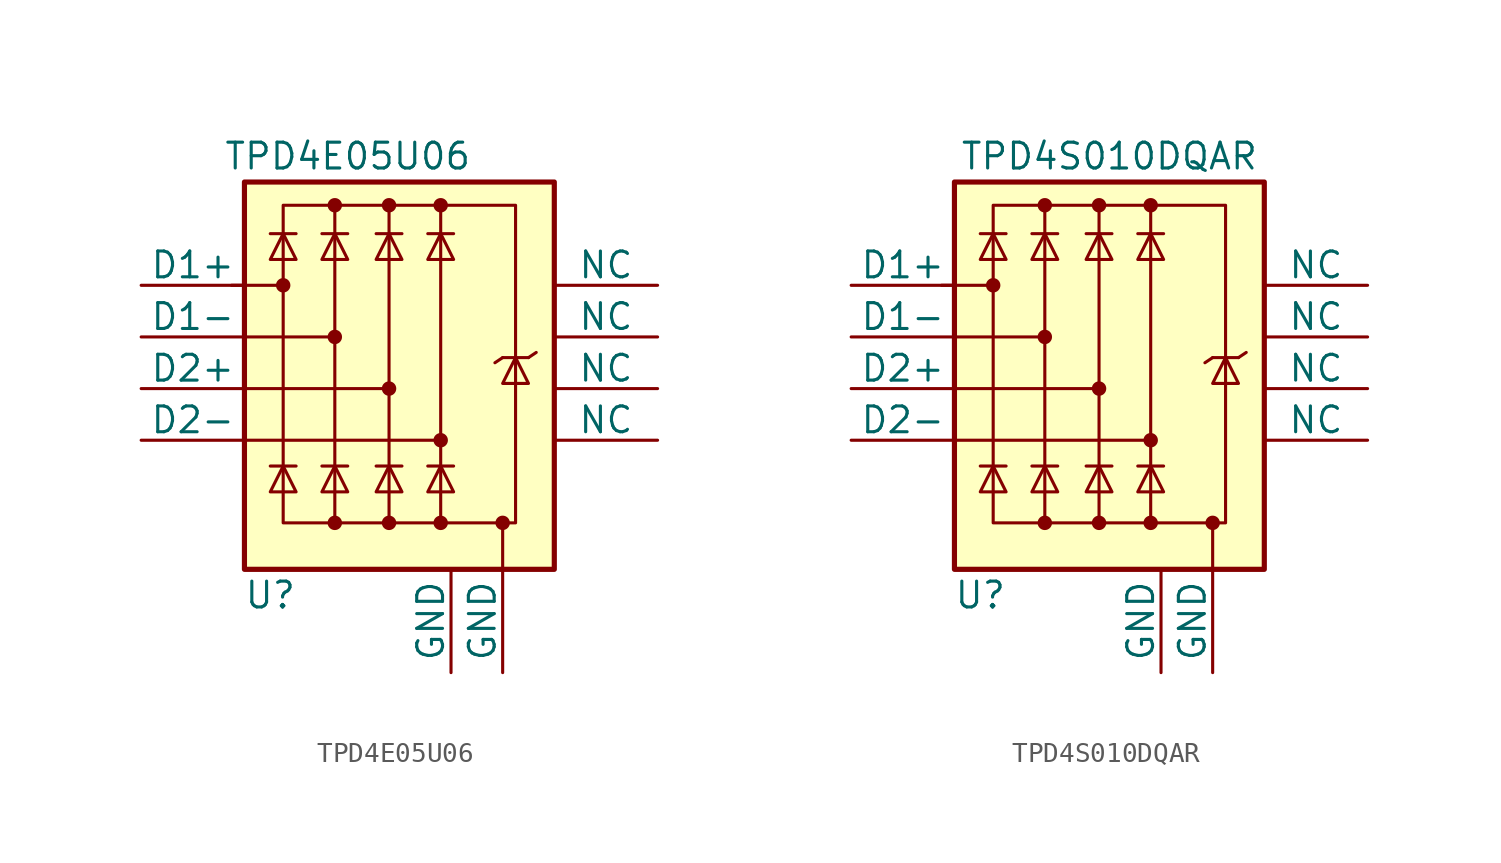
<source format=kicad_sym>
(kicad_symbol_lib
  (version 20211014)
  (generator kicad_symbol_editor)
  (symbol "TPD4E05U06"
    (pin_numbers hide)
    (pin_names
      (offset 0))
    (property "Reference" "U"
      (at -6.35 -12.7 0)
      (effects (font (size 1.27 1.27))))
    (property "Value" "TPD4E05U06"
      (at -2.54 8.89 0)
      (effects (font (size 1.27 1.27))))
    (symbol "TPD4E05U06_0_0"
      (rectangle (start -5.715 6.477) (end 5.715 -9.144) (stroke (width 0) (type default) (color 0 0 0 0)) (fill (type none)))
      (polyline (pts (xy -3.175 -9.144) (xy -3.175 6.477)) (stroke (width 0) (type default) (color 0 0 0 0)) (fill (type none)))
      (polyline (pts (xy -0.508 6.477) (xy -0.508 -9.144)) (stroke (width 0) (type default) (color 0 0 0 0)) (fill (type none)))
      (polyline (pts (xy 2.032 6.477) (xy 2.032 -9.144)) (stroke (width 0) (type default) (color 0 0 0 0)) (fill (type none))))
    (symbol "TPD4E05U06_0_1"
      (rectangle (start -7.62 7.62) (end 7.62 -11.43) (stroke (width 0.254) (type default) (color 0 0 0 0)) (fill (type background)))
      (circle (center -5.715 2.54) (radius 0.279) (stroke (width 0) (type default) (color 0 0 0 0)) (fill (type outline)))
      (circle (center -3.175 -9.144) (radius 0.279) (stroke (width 0) (type default) (color 0 0 0 0)) (fill (type outline)))
      (circle (center -3.175 0) (radius 0.279) (stroke (width 0) (type default) (color 0 0 0 0)) (fill (type outline)))
      (circle (center -3.175 6.477) (radius 0.279) (stroke (width 0) (type default) (color 0 0 0 0)) (fill (type outline)))
      (circle (center -0.508 -9.144) (radius 0.279) (stroke (width 0) (type default) (color 0 0 0 0)) (fill (type outline)))
      (circle (center -0.508 -2.54) (radius 0.279) (stroke (width 0) (type default) (color 0 0 0 0)) (fill (type outline)))
      (circle (center -0.508 6.477) (radius 0.279) (stroke (width 0) (type default) (color 0 0 0 0)) (fill (type outline)))
      (polyline (pts (xy -8.255 2.54) (xy -5.715 2.54)) (stroke (width 0) (type default) (color 0 0 0 0)) (fill (type none)))
      (polyline (pts (xy -7.62 -2.54) (xy -0.508 -2.54)) (stroke (width 0) (type default) (color 0 0 0 0)) (fill (type none)))
      (polyline (pts (xy -7.62 0) (xy -3.175 0)) (stroke (width 0) (type default) (color 0 0 0 0)) (fill (type none)))
      (polyline (pts (xy -5.08 -6.35) (xy -6.35 -6.35)) (stroke (width 0) (type default) (color 0 0 0 0)) (fill (type none)))
      (polyline (pts (xy -5.08 5.08) (xy -6.35 5.08)) (stroke (width 0) (type default) (color 0 0 0 0)) (fill (type none)))
      (polyline (pts (xy -2.54 -6.35) (xy -3.81 -6.35)) (stroke (width 0) (type default) (color 0 0 0 0)) (fill (type none)))
      (polyline (pts (xy -2.54 5.08) (xy -3.81 5.08)) (stroke (width 0) (type default) (color 0 0 0 0)) (fill (type none)))
      (polyline (pts (xy 0.127 -6.35) (xy -1.143 -6.35)) (stroke (width 0) (type default) (color 0 0 0 0)) (fill (type none)))
      (polyline (pts (xy 0.127 5.08) (xy -1.143 5.08)) (stroke (width 0) (type default) (color 0 0 0 0)) (fill (type none)))
      (polyline (pts (xy 2.032 -5.08) (xy -7.62 -5.08)) (stroke (width 0) (type default) (color 0 0 0 0)) (fill (type none)))
      (polyline (pts (xy 2.667 -6.35) (xy 1.397 -6.35)) (stroke (width 0) (type default) (color 0 0 0 0)) (fill (type none)))
      (polyline (pts (xy 2.667 5.08) (xy 1.397 5.08)) (stroke (width 0) (type default) (color 0 0 0 0)) (fill (type none)))
      (polyline (pts (xy 5.08 -9.144) (xy 5.08 -11.43)) (stroke (width 0) (type default) (color 0 0 0 0)) (fill (type none)))
      (polyline (pts (xy 5.08 -1.016) (xy 4.699 -1.27)) (stroke (width 0) (type default) (color 0 0 0 0)) (fill (type none)))
      (polyline (pts (xy 6.35 -1.016) (xy 5.08 -1.016)) (stroke (width 0) (type default) (color 0 0 0 0)) (fill (type none)))
      (polyline (pts (xy 6.35 -1.016) (xy 6.731 -0.762)) (stroke (width 0) (type default) (color 0 0 0 0)) (fill (type none)))
      (polyline (pts (xy -5.08 -7.62) (xy -6.35 -7.62) (xy -5.715 -6.35) (xy -5.08 -7.62)) (stroke (width 0) (type default) (color 0 0 0 0)) (fill (type none)))
      (polyline (pts (xy -5.08 3.81) (xy -6.35 3.81) (xy -5.715 5.08) (xy -5.08 3.81)) (stroke (width 0) (type default) (color 0 0 0 0)) (fill (type none)))
      (polyline (pts (xy -2.54 -7.62) (xy -3.81 -7.62) (xy -3.175 -6.35) (xy -2.54 -7.62)) (stroke (width 0) (type default) (color 0 0 0 0)) (fill (type none)))
      (polyline (pts (xy -2.54 3.81) (xy -3.81 3.81) (xy -3.175 5.08) (xy -2.54 3.81)) (stroke (width 0) (type default) (color 0 0 0 0)) (fill (type none)))
      (polyline (pts (xy 0.127 -7.62) (xy -1.143 -7.62) (xy -0.508 -6.35) (xy 0.127 -7.62)) (stroke (width 0) (type default) (color 0 0 0 0)) (fill (type none)))
      (polyline (pts (xy 0.127 3.81) (xy -1.143 3.81) (xy -0.508 5.08) (xy 0.127 3.81)) (stroke (width 0) (type default) (color 0 0 0 0)) (fill (type none)))
      (polyline (pts (xy 2.667 -7.62) (xy 1.397 -7.62) (xy 2.032 -6.35) (xy 2.667 -7.62)) (stroke (width 0) (type default) (color 0 0 0 0)) (fill (type none)))
      (polyline (pts (xy 2.667 3.81) (xy 1.397 3.81) (xy 2.032 5.08) (xy 2.667 3.81)) (stroke (width 0) (type default) (color 0 0 0 0)) (fill (type none)))
      (polyline (pts (xy 6.35 -2.286) (xy 5.08 -2.286) (xy 5.715 -1.016) (xy 6.35 -2.286)) (stroke (width 0) (type default) (color 0 0 0 0)) (fill (type none)))
      (circle (center 2.032 -9.144) (radius 0.279) (stroke (width 0) (type default) (color 0 0 0 0)) (fill (type outline)))
      (circle (center 2.032 -5.08) (radius 0.279) (stroke (width 0) (type default) (color 0 0 0 0)) (fill (type outline)))
      (circle (center 2.032 6.477) (radius 0.279) (stroke (width 0) (type default) (color 0 0 0 0)) (fill (type outline)))
      (circle (center 5.08 -9.144) (radius 0.279) (stroke (width 0) (type default) (color 0 0 0 0)) (fill (type outline))))
    (symbol "TPD4E05U06_1_1"
      (pin passive line (at -12.7 2.54 0) (length 5.08) (name "D1+" (effects (font (size 1.27 1.27)))) (number "1" (effects (font (size 1.27 1.27)))))
      (pin free line (at 12.7 2.54 180) (length 5.08) (name "NC" (effects (font (size 1.27 1.27)))) (number "10" (effects (font (size 1.27 1.27)))))
      (pin passive line (at -12.7 0 0) (length 5.08) (name "D1-" (effects (font (size 1.27 1.27)))) (number "2" (effects (font (size 1.27 1.27)))))
      (pin power_in line (at 5.08 -16.51 90) (length 5.08) (name "GND" (effects (font (size 1.27 1.27)))) (number "3" (effects (font (size 1.27 1.27)))))
      (pin passive line (at -12.7 -2.54 0) (length 5.08) (name "D2+" (effects (font (size 1.27 1.27)))) (number "4" (effects (font (size 1.27 1.27)))))
      (pin passive line (at -12.7 -5.08 0) (length 5.08) (name "D2-" (effects (font (size 1.27 1.27)))) (number "5" (effects (font (size 1.27 1.27)))))
      (pin free line (at 12.7 -5.08 180) (length 5.08) (name "NC" (effects (font (size 1.27 1.27)))) (number "6" (effects (font (size 1.27 1.27)))))
      (pin free line (at 12.7 -2.54 180) (length 5.08) (name "NC" (effects (font (size 1.27 1.27)))) (number "7" (effects (font (size 1.27 1.27)))))
      (pin power_in line (at 2.54 -16.51 90) (length 5.08) (name "GND" (effects (font (size 1.27 1.27)))) (number "8" (effects (font (size 1.27 1.27)))))
      (pin free line (at 12.7 0 180) (length 5.08) (name "NC" (effects (font (size 1.27 1.27)))) (number "9" (effects (font (size 1.27 1.27)))))))
  (symbol "TPD4S010DQAR"
    (pin_numbers hide)
    (pin_names
      (offset 0))
    (property "Reference" "U"
      (at -6.35 -10.16 0)
      (effects (font (size 1.27 1.27))))
    (property "Value" "TPD4S010DQAR"
      (at 0 11.43 0)
      (effects (font (size 1.27 1.27))))
    (symbol "TPD4S010DQAR_0_0"
      (rectangle (start -5.715 9.017) (end 5.715 -6.604) (stroke (width 0) (type default) (color 0 0 0 0)) (fill (type none)))
      (polyline (pts (xy -3.175 -6.604) (xy -3.175 9.017)) (stroke (width 0) (type default) (color 0 0 0 0)) (fill (type none)))
      (polyline (pts (xy -0.508 9.017) (xy -0.508 -6.604)) (stroke (width 0) (type default) (color 0 0 0 0)) (fill (type none)))
      (polyline (pts (xy 2.032 9.017) (xy 2.032 -6.604)) (stroke (width 0) (type default) (color 0 0 0 0)) (fill (type none))))
    (symbol "TPD4S010DQAR_0_1"
      (rectangle (start -7.62 10.16) (end 7.62 -8.89) (stroke (width 0.254) (type default) (color 0 0 0 0)) (fill (type background)))
      (circle (center -5.715 5.08) (radius 0.279) (stroke (width 0) (type default) (color 0 0 0 0)) (fill (type outline)))
      (circle (center -3.175 -6.604) (radius 0.279) (stroke (width 0) (type default) (color 0 0 0 0)) (fill (type outline)))
      (circle (center -3.175 2.54) (radius 0.279) (stroke (width 0) (type default) (color 0 0 0 0)) (fill (type outline)))
      (circle (center -3.175 9.017) (radius 0.279) (stroke (width 0) (type default) (color 0 0 0 0)) (fill (type outline)))
      (circle (center -0.508 -6.604) (radius 0.279) (stroke (width 0) (type default) (color 0 0 0 0)) (fill (type outline)))
      (circle (center -0.508 0) (radius 0.279) (stroke (width 0) (type default) (color 0 0 0 0)) (fill (type outline)))
      (circle (center -0.508 9.017) (radius 0.279) (stroke (width 0) (type default) (color 0 0 0 0)) (fill (type outline)))
      (polyline (pts (xy -8.255 5.08) (xy -5.715 5.08)) (stroke (width 0) (type default) (color 0 0 0 0)) (fill (type none)))
      (polyline (pts (xy -7.62 0) (xy -0.508 0)) (stroke (width 0) (type default) (color 0 0 0 0)) (fill (type none)))
      (polyline (pts (xy -7.62 2.54) (xy -3.175 2.54)) (stroke (width 0) (type default) (color 0 0 0 0)) (fill (type none)))
      (polyline (pts (xy -5.08 -3.81) (xy -6.35 -3.81)) (stroke (width 0) (type default) (color 0 0 0 0)) (fill (type none)))
      (polyline (pts (xy -5.08 7.62) (xy -6.35 7.62)) (stroke (width 0) (type default) (color 0 0 0 0)) (fill (type none)))
      (polyline (pts (xy -2.54 -3.81) (xy -3.81 -3.81)) (stroke (width 0) (type default) (color 0 0 0 0)) (fill (type none)))
      (polyline (pts (xy -2.54 7.62) (xy -3.81 7.62)) (stroke (width 0) (type default) (color 0 0 0 0)) (fill (type none)))
      (polyline (pts (xy 0.127 -3.81) (xy -1.143 -3.81)) (stroke (width 0) (type default) (color 0 0 0 0)) (fill (type none)))
      (polyline (pts (xy 0.127 7.62) (xy -1.143 7.62)) (stroke (width 0) (type default) (color 0 0 0 0)) (fill (type none)))
      (polyline (pts (xy 2.032 -2.54) (xy -7.62 -2.54)) (stroke (width 0) (type default) (color 0 0 0 0)) (fill (type none)))
      (polyline (pts (xy 2.667 -3.81) (xy 1.397 -3.81)) (stroke (width 0) (type default) (color 0 0 0 0)) (fill (type none)))
      (polyline (pts (xy 2.667 7.62) (xy 1.397 7.62)) (stroke (width 0) (type default) (color 0 0 0 0)) (fill (type none)))
      (polyline (pts (xy 5.08 -6.604) (xy 5.08 -8.89)) (stroke (width 0) (type default) (color 0 0 0 0)) (fill (type none)))
      (polyline (pts (xy 5.08 1.524) (xy 4.699 1.27)) (stroke (width 0) (type default) (color 0 0 0 0)) (fill (type none)))
      (polyline (pts (xy 6.35 1.524) (xy 5.08 1.524)) (stroke (width 0) (type default) (color 0 0 0 0)) (fill (type none)))
      (polyline (pts (xy 6.35 1.524) (xy 6.731 1.778)) (stroke (width 0) (type default) (color 0 0 0 0)) (fill (type none)))
      (polyline (pts (xy -5.08 -5.08) (xy -6.35 -5.08) (xy -5.715 -3.81) (xy -5.08 -5.08)) (stroke (width 0) (type default) (color 0 0 0 0)) (fill (type none)))
      (polyline (pts (xy -5.08 6.35) (xy -6.35 6.35) (xy -5.715 7.62) (xy -5.08 6.35)) (stroke (width 0) (type default) (color 0 0 0 0)) (fill (type none)))
      (polyline (pts (xy -2.54 -5.08) (xy -3.81 -5.08) (xy -3.175 -3.81) (xy -2.54 -5.08)) (stroke (width 0) (type default) (color 0 0 0 0)) (fill (type none)))
      (polyline (pts (xy -2.54 6.35) (xy -3.81 6.35) (xy -3.175 7.62) (xy -2.54 6.35)) (stroke (width 0) (type default) (color 0 0 0 0)) (fill (type none)))
      (polyline (pts (xy 0.127 -5.08) (xy -1.143 -5.08) (xy -0.508 -3.81) (xy 0.127 -5.08)) (stroke (width 0) (type default) (color 0 0 0 0)) (fill (type none)))
      (polyline (pts (xy 0.127 6.35) (xy -1.143 6.35) (xy -0.508 7.62) (xy 0.127 6.35)) (stroke (width 0) (type default) (color 0 0 0 0)) (fill (type none)))
      (polyline (pts (xy 2.667 -5.08) (xy 1.397 -5.08) (xy 2.032 -3.81) (xy 2.667 -5.08)) (stroke (width 0) (type default) (color 0 0 0 0)) (fill (type none)))
      (polyline (pts (xy 2.667 6.35) (xy 1.397 6.35) (xy 2.032 7.62) (xy 2.667 6.35)) (stroke (width 0) (type default) (color 0 0 0 0)) (fill (type none)))
      (polyline (pts (xy 6.35 0.254) (xy 5.08 0.254) (xy 5.715 1.524) (xy 6.35 0.254)) (stroke (width 0) (type default) (color 0 0 0 0)) (fill (type none)))
      (circle (center 2.032 -6.604) (radius 0.279) (stroke (width 0) (type default) (color 0 0 0 0)) (fill (type outline)))
      (circle (center 2.032 -2.54) (radius 0.279) (stroke (width 0) (type default) (color 0 0 0 0)) (fill (type outline)))
      (circle (center 2.032 9.017) (radius 0.279) (stroke (width 0) (type default) (color 0 0 0 0)) (fill (type outline)))
      (circle (center 5.08 -6.604) (radius 0.279) (stroke (width 0) (type default) (color 0 0 0 0)) (fill (type outline))))
    (symbol "TPD4S010DQAR_1_1"
      (pin passive line (at -12.7 5.08 0) (length 5.08) (name "D1+" (effects (font (size 1.27 1.27)))) (number "1" (effects (font (size 1.27 1.27)))))
      (pin free line (at 12.7 5.08 180) (length 5.08) (name "NC" (effects (font (size 1.27 1.27)))) (number "10" (effects (font (size 1.27 1.27)))))
      (pin passive line (at -12.7 2.54 0) (length 5.08) (name "D1-" (effects (font (size 1.27 1.27)))) (number "2" (effects (font (size 1.27 1.27)))))
      (pin power_in line (at 5.08 -13.97 90) (length 5.08) (name "GND" (effects (font (size 1.27 1.27)))) (number "3" (effects (font (size 1.27 1.27)))))
      (pin passive line (at -12.7 0 0) (length 5.08) (name "D2+" (effects (font (size 1.27 1.27)))) (number "4" (effects (font (size 1.27 1.27)))))
      (pin passive line (at -12.7 -2.54 0) (length 5.08) (name "D2-" (effects (font (size 1.27 1.27)))) (number "5" (effects (font (size 1.27 1.27)))))
      (pin free line (at 12.7 -2.54 180) (length 5.08) (name "NC" (effects (font (size 1.27 1.27)))) (number "6" (effects (font (size 1.27 1.27)))))
      (pin free line (at 12.7 0 180) (length 5.08) (name "NC" (effects (font (size 1.27 1.27)))) (number "7" (effects (font (size 1.27 1.27)))))
      (pin power_in line (at 2.54 -13.97 90) (length 5.08) (name "GND" (effects (font (size 1.27 1.27)))) (number "8" (effects (font (size 1.27 1.27)))))
      (pin free line (at 12.7 2.54 180) (length 5.08) (name "NC" (effects (font (size 1.27 1.27)))) (number "9" (effects (font (size 1.27 1.27))))))))
</source>
